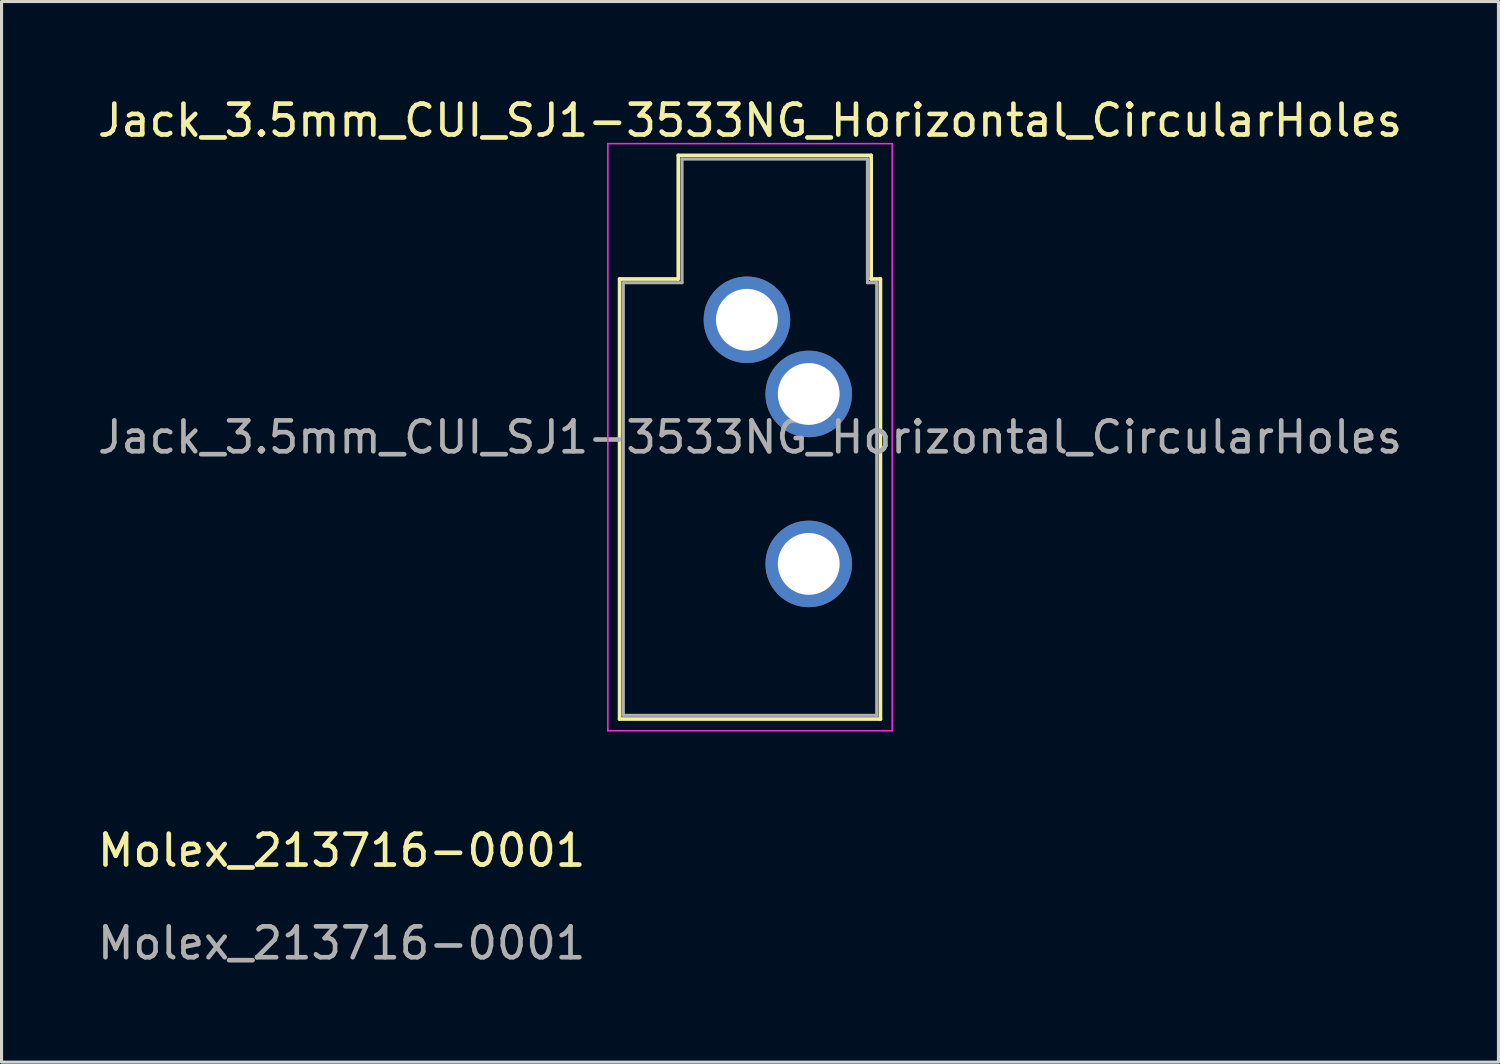
<source format=kicad_pcb>
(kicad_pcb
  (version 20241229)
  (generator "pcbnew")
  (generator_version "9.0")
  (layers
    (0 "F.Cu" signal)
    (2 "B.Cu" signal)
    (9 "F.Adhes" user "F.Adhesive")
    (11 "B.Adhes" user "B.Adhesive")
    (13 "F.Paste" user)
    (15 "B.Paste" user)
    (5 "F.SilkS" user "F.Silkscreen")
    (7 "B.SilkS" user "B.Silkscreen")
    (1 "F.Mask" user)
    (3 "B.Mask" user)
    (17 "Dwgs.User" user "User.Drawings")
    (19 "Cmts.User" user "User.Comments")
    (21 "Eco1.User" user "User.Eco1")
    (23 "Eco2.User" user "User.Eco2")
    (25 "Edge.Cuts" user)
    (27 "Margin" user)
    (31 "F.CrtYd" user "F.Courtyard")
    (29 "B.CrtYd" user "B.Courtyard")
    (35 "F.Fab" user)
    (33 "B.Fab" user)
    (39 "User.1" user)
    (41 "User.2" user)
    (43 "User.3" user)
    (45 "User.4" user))
  (footprint "Molex_213716-0001"
    (layer "F.Cu")
    (at 8.006 24.971)
    (property "Reference" "Molex_213716-0001" (at 0 -0.5 0) (unlocked yes) (layer "F.SilkS") (effects (font (size 1 1) (thickness 0.15))))
    (attr through_hole)
    (fp_text user "${REFERENCE}" (at 0 2.5 0) (unlocked yes) (layer "F.Fab") (effects (font (size 1 1) (thickness 0.15)))))
  (footprint "Jack_3.5mm_CUI_SJ1-3533NG_Horizontal_CircularHoles"
    (layer "F.Cu")
    (at 21.12 7.298)
    (property "Reference" "Jack_3.5mm_CUI_SJ1-3533NG_Horizontal_CircularHoles" (at 0.1 -6.45 0) (layer "F.SilkS") (effects (font (size 1 1) (thickness 0.15))))
    (attr through_hole)
    (fp_line (start -4.12 -1.32) (end -2.22 -1.32) (stroke (width 0.12) (type solid)) (layer "F.SilkS"))
    (fp_line (start -4.12 12.92) (end -4.12 -1.32) (stroke (width 0.12) (type solid)) (layer "F.SilkS"))
    (fp_line (start -2.22 -5.32) (end 4.02 -5.32) (stroke (width 0.12) (type solid)) (layer "F.SilkS"))
    (fp_line (start -2.22 -1.32) (end -2.22 -5.32) (stroke (width 0.12) (type solid)) (layer "F.SilkS"))
    (fp_line (start 4.02 -5.32) (end 4.02 -1.32) (stroke (width 0.12) (type solid)) (layer "F.SilkS"))
    (fp_line (start 4.02 -1.32) (end 4.32 -1.32) (stroke (width 0.12) (type solid)) (layer "F.SilkS"))
    (fp_line (start 4.32 -1.32) (end 4.32 12.92) (stroke (width 0.12) (type solid)) (layer "F.SilkS"))
    (fp_line (start 4.32 12.92) (end -4.12 12.92) (stroke (width 0.12) (type solid)) (layer "F.SilkS"))
    (fp_line (start -4.5 -5.7) (end -4.5 13.3) (stroke (width 0.05) (type solid)) (layer "F.CrtYd"))
    (fp_line (start -4.5 13.3) (end 4.7 13.3) (stroke (width 0.05) (type solid)) (layer "F.CrtYd"))
    (fp_line (start 4.7 -5.7) (end -4.5 -5.7) (stroke (width 0.05) (type solid)) (layer "F.CrtYd"))
    (fp_line (start 4.7 13.3) (end 4.7 -5.7) (stroke (width 0.05) (type solid)) (layer "F.CrtYd"))
    (fp_line (start -4 -1.2) (end -2.1 -1.2) (stroke (width 0.1) (type solid)) (layer "F.Fab"))
    (fp_line (start -4 12.8) (end -4 -1.2) (stroke (width 0.1) (type solid)) (layer "F.Fab"))
    (fp_line (start -2.1 -5.2) (end 3.9 -5.2) (stroke (width 0.1) (type solid)) (layer "F.Fab"))
    (fp_line (start -2.1 -1.2) (end -2.1 -5.2) (stroke (width 0.1) (type solid)) (layer "F.Fab"))
    (fp_line (start 3.9 -5.2) (end 3.9 -1.2) (stroke (width 0.1) (type solid)) (layer "F.Fab"))
    (fp_line (start 3.9 -1.2) (end 4.2 -1.2) (stroke (width 0.1) (type solid)) (layer "F.Fab"))
    (fp_line (start 4.2 -1.2) (end 4.2 12.8) (stroke (width 0.1) (type solid)) (layer "F.Fab"))
    (fp_line (start 4.2 12.8) (end -4 12.8) (stroke (width 0.1) (type solid)) (layer "F.Fab"))
    (fp_text user "${REFERENCE}" (at 0.1 3.8 0) (layer "F.Fab") (effects (font (size 1 1) (thickness 0.15))))
    (pad "R" thru_hole circle (at 2 7.9) (size 2.8 2.8) (drill 2) (layers "*.Cu" "*.Mask"))
    (pad "S" thru_hole circle (at 0 0) (size 2.8 2.8) (drill 2) (layers "*.Cu" "*.Mask"))
    (pad "T" thru_hole circle (at 2 2.4) (size 2.8 2.8) (drill 2) (layers "*.Cu" "*.Mask")))
  (gr_rect
    (start -3 -3)
    (end 45.44 31.32)
    (stroke (width 0.1) (type default))
    (fill no)
    (layer "Edge.Cuts")))
</source>
